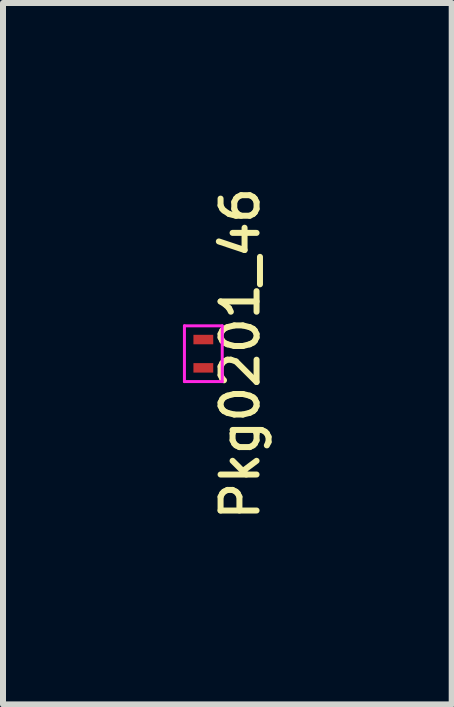
<source format=kicad_pcb>
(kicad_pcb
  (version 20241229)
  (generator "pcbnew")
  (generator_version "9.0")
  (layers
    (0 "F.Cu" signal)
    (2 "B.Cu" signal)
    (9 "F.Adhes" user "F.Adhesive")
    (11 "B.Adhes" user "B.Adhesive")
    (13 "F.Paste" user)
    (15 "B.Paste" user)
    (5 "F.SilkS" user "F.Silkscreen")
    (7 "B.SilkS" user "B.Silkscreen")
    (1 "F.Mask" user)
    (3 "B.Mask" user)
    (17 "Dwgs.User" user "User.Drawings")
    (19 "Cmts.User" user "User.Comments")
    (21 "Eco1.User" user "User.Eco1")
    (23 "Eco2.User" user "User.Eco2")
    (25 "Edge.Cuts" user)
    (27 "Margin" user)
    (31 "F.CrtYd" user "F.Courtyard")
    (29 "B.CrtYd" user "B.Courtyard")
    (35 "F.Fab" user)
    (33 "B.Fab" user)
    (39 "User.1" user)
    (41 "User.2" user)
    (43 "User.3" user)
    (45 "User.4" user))
  (footprint "Pkg0201_46"
    (layer "F.Cu")
    (at 0.34 2.847)
    (property "Reference" "Pkg0201_46" (at 0.615 0 90) (layer "F.SilkS") (effects (font (size 0.6 0.6) (thickness 0.1))))
    (fp_line (start -0.315 -0.465) (end -0.315 0.465) (stroke (width 0.05) (type solid)) (layer "F.CrtYd"))
    (fp_line (start -0.315 0.465) (end 0.315 0.465) (stroke (width 0.05) (type solid)) (layer "F.CrtYd"))
    (fp_line (start 0.315 -0.465) (end -0.315 -0.465) (stroke (width 0.05) (type solid)) (layer "F.CrtYd"))
    (fp_line (start 0.315 0.465) (end 0.315 -0.465) (stroke (width 0.05) (type solid)) (layer "F.CrtYd"))
    (pad "1" smd rect (at 0 -0.236) (size 0.33 0.158) (layers "F.Cu" "F.Mask" "F.Paste"))
    (pad "2" smd rect (at 0 0.236) (size 0.33 0.158) (layers "F.Cu" "F.Mask" "F.Paste")))
  (gr_rect
    (start -3 -3)
    (end 4.481 8.694)
    (stroke (width 0.1) (type default))
    (fill no)
    (layer "Edge.Cuts")))
</source>
